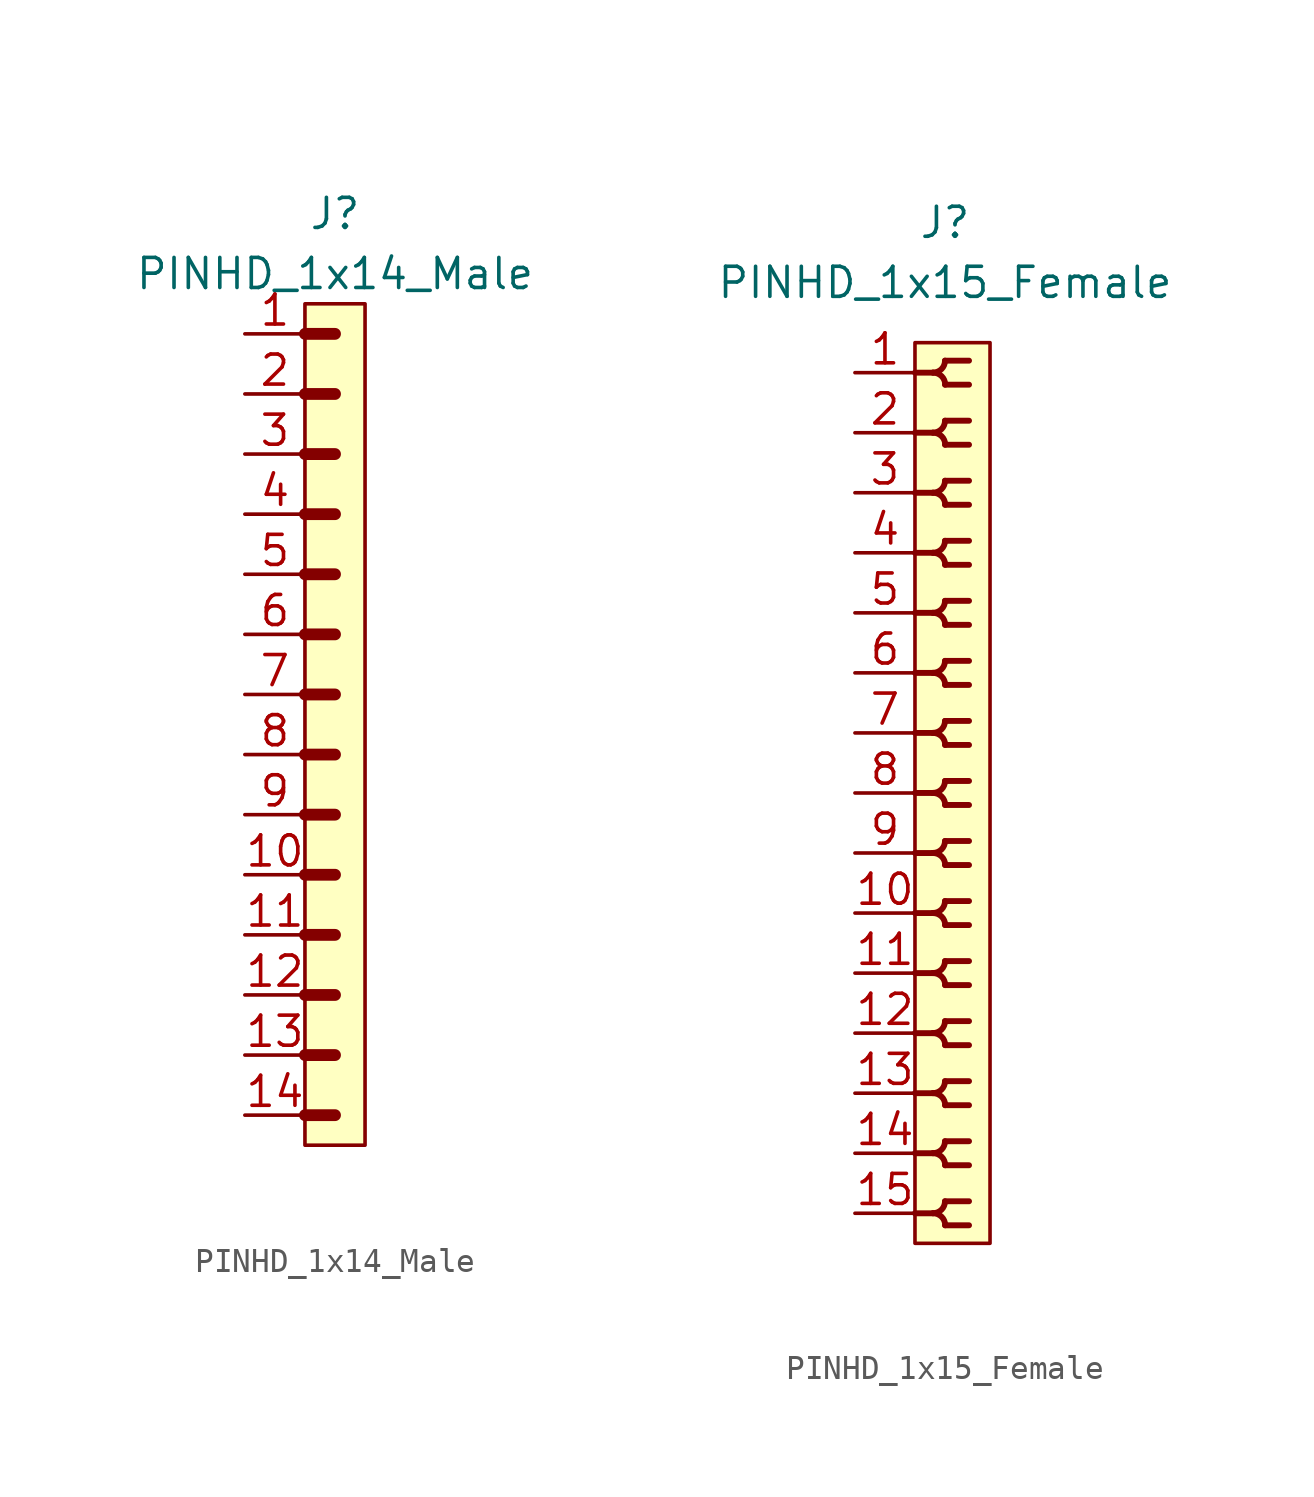
<source format=kicad_sym>
(kicad_symbol_lib
  (version 20211014)
  (generator kicad_symbol_editor)
  (symbol "PINHD_1x14_Male"
    (property "Reference" "J"
      (at 0 21.59 0)
      (effects (font (size 1.27 1.27))))
    (property "Value" "PINHD_1x14_Male"
      (at 0 19.05 0)
      (effects (font (size 1.27 1.27))))
    (symbol "PINHD_1x14_Male_0_1"
      (rectangle (start -1.27 17.78) (end 1.27 -17.78) (stroke (width 0) (type default) (color 0 0 0 0)) (fill (type background)))
      (polyline (pts (xy -1.27 -16.51) (xy 0 -16.51)) (stroke (width 0.5) (type default) (color 0 0 0 0)) (fill (type none)))
      (polyline (pts (xy -1.27 -13.97) (xy 0 -13.97)) (stroke (width 0.5) (type default) (color 0 0 0 0)) (fill (type none)))
      (polyline (pts (xy -1.27 -11.43) (xy 0 -11.43)) (stroke (width 0.5) (type default) (color 0 0 0 0)) (fill (type none)))
      (polyline (pts (xy -1.27 -8.89) (xy 0 -8.89)) (stroke (width 0.5) (type default) (color 0 0 0 0)) (fill (type none)))
      (polyline (pts (xy -1.27 -6.35) (xy 0 -6.35)) (stroke (width 0.3) (type default) (color 0 0 0 0)) (fill (type none)))
      (polyline (pts (xy -1.27 -6.35) (xy 0 -6.35)) (stroke (width 0.5) (type default) (color 0 0 0 0)) (fill (type none)))
      (polyline (pts (xy -1.27 -3.81) (xy 0 -3.81)) (stroke (width 0.3) (type default) (color 0 0 0 0)) (fill (type none)))
      (polyline (pts (xy -1.27 -3.81) (xy 0 -3.81)) (stroke (width 0.5) (type default) (color 0 0 0 0)) (fill (type none)))
      (polyline (pts (xy -1.27 -1.27) (xy 0 -1.27)) (stroke (width 0.3) (type default) (color 0 0 0 0)) (fill (type none)))
      (polyline (pts (xy -1.27 -1.27) (xy 0 -1.27)) (stroke (width 0.5) (type default) (color 0 0 0 0)) (fill (type none)))
      (polyline (pts (xy -1.27 1.27) (xy 0 1.27)) (stroke (width 0.3) (type default) (color 0 0 0 0)) (fill (type none)))
      (polyline (pts (xy -1.27 1.27) (xy 0 1.27)) (stroke (width 0.5) (type default) (color 0 0 0 0)) (fill (type none)))
      (polyline (pts (xy -1.27 3.81) (xy 0 3.81)) (stroke (width 0.3) (type default) (color 0 0 0 0)) (fill (type none)))
      (polyline (pts (xy -1.27 3.81) (xy 0 3.81)) (stroke (width 0.5) (type default) (color 0 0 0 0)) (fill (type none)))
      (polyline (pts (xy -1.27 6.35) (xy 0 6.35)) (stroke (width 0.3) (type default) (color 0 0 0 0)) (fill (type none)))
      (polyline (pts (xy -1.27 6.35) (xy 0 6.35)) (stroke (width 0.5) (type default) (color 0 0 0 0)) (fill (type none)))
      (polyline (pts (xy -1.27 8.89) (xy 0 8.89)) (stroke (width 0.3) (type default) (color 0 0 0 0)) (fill (type none)))
      (polyline (pts (xy -1.27 8.89) (xy 0 8.89)) (stroke (width 0.5) (type default) (color 0 0 0 0)) (fill (type none)))
      (polyline (pts (xy -1.27 11.43) (xy 0 11.43)) (stroke (width 0.3) (type default) (color 0 0 0 0)) (fill (type none)))
      (polyline (pts (xy -1.27 11.43) (xy 0 11.43)) (stroke (width 0.5) (type default) (color 0 0 0 0)) (fill (type none)))
      (polyline (pts (xy -1.27 13.97) (xy 0 13.97)) (stroke (width 0.3) (type default) (color 0 0 0 0)) (fill (type none)))
      (polyline (pts (xy -1.27 13.97) (xy 0 13.97)) (stroke (width 0.5) (type default) (color 0 0 0 0)) (fill (type none)))
      (polyline (pts (xy -1.27 16.51) (xy 0 16.51)) (stroke (width 0.5) (type default) (color 0 0 0 0)) (fill (type none))))
    (symbol "PINHD_1x14_Male_1_1"
      (pin passive line (at -3.81 16.51 0) (length 2.54) (name "" (effects (font (size 1.27 1.27)))) (number "1" (effects (font (size 1.27 1.27)))))
      (pin passive line (at -3.81 -6.35 0) (length 2.54) (name "" (effects (font (size 1.27 1.27)))) (number "10" (effects (font (size 1.27 1.27)))))
      (pin passive line (at -3.81 -8.89 0) (length 2.54) (name "" (effects (font (size 1.27 1.27)))) (number "11" (effects (font (size 1.27 1.27)))))
      (pin passive line (at -3.81 -11.43 0) (length 2.54) (name "" (effects (font (size 1.27 1.27)))) (number "12" (effects (font (size 1.27 1.27)))))
      (pin passive line (at -3.81 -13.97 0) (length 2.54) (name "" (effects (font (size 1.27 1.27)))) (number "13" (effects (font (size 1.27 1.27)))))
      (pin passive line (at -3.81 -16.51 0) (length 2.54) (name "" (effects (font (size 1.27 1.27)))) (number "14" (effects (font (size 1.27 1.27)))))
      (pin passive line (at -3.81 13.97 0) (length 2.54) (name "" (effects (font (size 1.27 1.27)))) (number "2" (effects (font (size 1.27 1.27)))))
      (pin passive line (at -3.81 11.43 0) (length 2.54) (name "" (effects (font (size 1.27 1.27)))) (number "3" (effects (font (size 1.27 1.27)))))
      (pin passive line (at -3.81 8.89 0) (length 2.54) (name "" (effects (font (size 1.27 1.27)))) (number "4" (effects (font (size 1.27 1.27)))))
      (pin passive line (at -3.81 6.35 0) (length 2.54) (name "" (effects (font (size 1.27 1.27)))) (number "5" (effects (font (size 1.27 1.27)))))
      (pin passive line (at -3.81 3.81 0) (length 2.54) (name "" (effects (font (size 1.27 1.27)))) (number "6" (effects (font (size 1.27 1.27)))))
      (pin passive line (at -3.81 1.27 0) (length 2.54) (name "" (effects (font (size 1.27 1.27)))) (number "7" (effects (font (size 1.27 1.27)))))
      (pin passive line (at -3.81 -1.27 0) (length 2.54) (name "" (effects (font (size 1.27 1.27)))) (number "8" (effects (font (size 1.27 1.27)))))
      (pin passive line (at -3.81 -3.81 0) (length 2.54) (name "" (effects (font (size 1.27 1.27)))) (number "9" (effects (font (size 1.27 1.27)))))))
  (symbol "PINHD_1x15_Female"
    (property "Reference" "J"
      (at 0 24.13 0)
      (effects (font (size 1.27 1.27))))
    (property "Value" "PINHD_1x15_Female"
      (at 0 21.59 0)
      (effects (font (size 1.27 1.27))))
    (symbol "PINHD_1x15_Female_0_1"
      (rectangle (start -1.27 19.05) (end 1.905 -19.05) (stroke (width 0) (type default) (color 0 0 0 0)) (fill (type background)))
      (arc (start -0.508 -17.78) (mid 0.3592 -18.1392) (end 0 -17.272) (stroke (width 0.25) (type default) (color 0 0 0 0)) (fill (type none)))
      (arc (start -0.508 -15.24) (mid 0.3592 -15.5992) (end 0 -14.732) (stroke (width 0.25) (type default) (color 0 0 0 0)) (fill (type none)))
      (arc (start -0.508 -12.7) (mid 0.3592 -13.0592) (end 0 -12.192) (stroke (width 0.25) (type default) (color 0 0 0 0)) (fill (type none)))
      (arc (start -0.508 -10.16) (mid 0.3592 -10.5192) (end 0 -9.652) (stroke (width 0.25) (type default) (color 0 0 0 0)) (fill (type none)))
      (arc (start -0.508 -7.62) (mid 0.3592 -7.9792) (end 0 -7.112) (stroke (width 0.25) (type default) (color 0 0 0 0)) (fill (type none)))
      (arc (start -0.508 -5.08) (mid 0.3592 -5.4392) (end 0 -4.572) (stroke (width 0.25) (type default) (color 0 0 0 0)) (fill (type none)))
      (arc (start -0.508 -2.54) (mid 0.3592 -2.8992) (end 0 -2.032) (stroke (width 0.25) (type default) (color 0 0 0 0)) (fill (type none)))
      (arc (start -0.508 0) (mid 0.3592 -0.3592) (end 0 0.508) (stroke (width 0.25) (type default) (color 0 0 0 0)) (fill (type none)))
      (arc (start -0.508 2.54) (mid 0.3592 2.1808) (end 0 3.048) (stroke (width 0.25) (type default) (color 0 0 0 0)) (fill (type none)))
      (arc (start -0.508 5.08) (mid 0.3592 4.7208) (end 0 5.588) (stroke (width 0.25) (type default) (color 0 0 0 0)) (fill (type none)))
      (arc (start -0.508 7.62) (mid 0.3592 7.2608) (end 0 8.128) (stroke (width 0.25) (type default) (color 0 0 0 0)) (fill (type none)))
      (arc (start -0.508 10.16) (mid 0.3592 9.8008) (end 0 10.668) (stroke (width 0.25) (type default) (color 0 0 0 0)) (fill (type none)))
      (arc (start -0.508 12.7) (mid 0.3592 12.3408) (end 0 13.208) (stroke (width 0.25) (type default) (color 0 0 0 0)) (fill (type none)))
      (arc (start -0.508 15.24) (mid 0.3592 14.8808) (end 0 15.748) (stroke (width 0.25) (type default) (color 0 0 0 0)) (fill (type none)))
      (arc (start -0.508 17.78) (mid 0.3592 17.4208) (end 0 18.288) (stroke (width 0.25) (type default) (color 0 0 0 0)) (fill (type none)))
      (arc (start 0 -18.288) (mid 0.3592 -17.4208) (end -0.508 -17.78) (stroke (width 0.25) (type default) (color 0 0 0 0)) (fill (type none)))
      (arc (start 0 -15.748) (mid 0.3592 -14.8808) (end -0.508 -15.24) (stroke (width 0.25) (type default) (color 0 0 0 0)) (fill (type none)))
      (arc (start 0 -13.208) (mid 0.3592 -12.3408) (end -0.508 -12.7) (stroke (width 0.25) (type default) (color 0 0 0 0)) (fill (type none)))
      (arc (start 0 -10.668) (mid 0.3592 -9.8008) (end -0.508 -10.16) (stroke (width 0.25) (type default) (color 0 0 0 0)) (fill (type none)))
      (arc (start 0 -8.128) (mid 0.3592 -7.2608) (end -0.508 -7.62) (stroke (width 0.25) (type default) (color 0 0 0 0)) (fill (type none)))
      (arc (start 0 -5.588) (mid 0.3592 -4.7208) (end -0.508 -5.08) (stroke (width 0.25) (type default) (color 0 0 0 0)) (fill (type none)))
      (arc (start 0 -3.048) (mid 0.3592 -2.1808) (end -0.508 -2.54) (stroke (width 0.25) (type default) (color 0 0 0 0)) (fill (type none)))
      (arc (start 0 -0.508) (mid 0.3592 0.3592) (end -0.508 0) (stroke (width 0.25) (type default) (color 0 0 0 0)) (fill (type none)))
      (polyline (pts (xy -1.27 -17.78) (xy -0.508 -17.78)) (stroke (width 0.25) (type default) (color 0 0 0 0)) (fill (type none)))
      (polyline (pts (xy -1.27 -15.24) (xy -0.508 -15.24)) (stroke (width 0.25) (type default) (color 0 0 0 0)) (fill (type none)))
      (polyline (pts (xy -1.27 -12.7) (xy -0.508 -12.7)) (stroke (width 0.25) (type default) (color 0 0 0 0)) (fill (type none)))
      (polyline (pts (xy -1.27 -10.16) (xy -0.508 -10.16)) (stroke (width 0.25) (type default) (color 0 0 0 0)) (fill (type none)))
      (polyline (pts (xy -1.27 -7.62) (xy -0.508 -7.62)) (stroke (width 0.25) (type default) (color 0 0 0 0)) (fill (type none)))
      (polyline (pts (xy -1.27 -5.08) (xy -0.508 -5.08)) (stroke (width 0.25) (type default) (color 0 0 0 0)) (fill (type none)))
      (polyline (pts (xy -1.27 -2.54) (xy -0.508 -2.54)) (stroke (width 0.25) (type default) (color 0 0 0 0)) (fill (type none)))
      (polyline (pts (xy -1.27 0) (xy -0.508 0)) (stroke (width 0.25) (type default) (color 0 0 0 0)) (fill (type none)))
      (polyline (pts (xy -1.27 2.54) (xy -0.508 2.54)) (stroke (width 0.25) (type default) (color 0 0 0 0)) (fill (type none)))
      (polyline (pts (xy -1.27 5.08) (xy -0.508 5.08)) (stroke (width 0.25) (type default) (color 0 0 0 0)) (fill (type none)))
      (polyline (pts (xy -1.27 7.62) (xy -0.508 7.62)) (stroke (width 0.25) (type default) (color 0 0 0 0)) (fill (type none)))
      (polyline (pts (xy -1.27 10.16) (xy -0.508 10.16)) (stroke (width 0.25) (type default) (color 0 0 0 0)) (fill (type none)))
      (polyline (pts (xy -1.27 12.7) (xy -0.508 12.7)) (stroke (width 0.25) (type default) (color 0 0 0 0)) (fill (type none)))
      (polyline (pts (xy -1.27 15.24) (xy -0.508 15.24)) (stroke (width 0.25) (type default) (color 0 0 0 0)) (fill (type none)))
      (polyline (pts (xy -1.27 17.78) (xy -0.508 17.78)) (stroke (width 0.25) (type default) (color 0 0 0 0)) (fill (type none)))
      (polyline (pts (xy 0 -18.288) (xy 1.016 -18.288)) (stroke (width 0.25) (type default) (color 0 0 0 0)) (fill (type none)))
      (polyline (pts (xy 0 -17.272) (xy 1.016 -17.272)) (stroke (width 0.25) (type default) (color 0 0 0 0)) (fill (type none)))
      (polyline (pts (xy 0 -15.748) (xy 1.016 -15.748)) (stroke (width 0.25) (type default) (color 0 0 0 0)) (fill (type none)))
      (polyline (pts (xy 0 -14.732) (xy 1.016 -14.732)) (stroke (width 0.25) (type default) (color 0 0 0 0)) (fill (type none)))
      (polyline (pts (xy 0 -13.208) (xy 1.016 -13.208)) (stroke (width 0.25) (type default) (color 0 0 0 0)) (fill (type none)))
      (polyline (pts (xy 0 -12.192) (xy 1.016 -12.192)) (stroke (width 0.25) (type default) (color 0 0 0 0)) (fill (type none)))
      (polyline (pts (xy 0 -10.668) (xy 1.016 -10.668)) (stroke (width 0.25) (type default) (color 0 0 0 0)) (fill (type none)))
      (polyline (pts (xy 0 -9.652) (xy 1.016 -9.652)) (stroke (width 0.25) (type default) (color 0 0 0 0)) (fill (type none)))
      (polyline (pts (xy 0 -8.128) (xy 1.016 -8.128)) (stroke (width 0.25) (type default) (color 0 0 0 0)) (fill (type none)))
      (polyline (pts (xy 0 -7.112) (xy 1.016 -7.112)) (stroke (width 0.25) (type default) (color 0 0 0 0)) (fill (type none)))
      (polyline (pts (xy 0 -5.588) (xy 1.016 -5.588)) (stroke (width 0.25) (type default) (color 0 0 0 0)) (fill (type none)))
      (polyline (pts (xy 0 -4.572) (xy 1.016 -4.572)) (stroke (width 0.25) (type default) (color 0 0 0 0)) (fill (type none)))
      (polyline (pts (xy 0 -3.048) (xy 1.016 -3.048)) (stroke (width 0.25) (type default) (color 0 0 0 0)) (fill (type none)))
      (polyline (pts (xy 0 -2.032) (xy 1.016 -2.032)) (stroke (width 0.25) (type default) (color 0 0 0 0)) (fill (type none)))
      (polyline (pts (xy 0 -0.508) (xy 1.016 -0.508)) (stroke (width 0.25) (type default) (color 0 0 0 0)) (fill (type none)))
      (polyline (pts (xy 0 0.508) (xy 1.016 0.508)) (stroke (width 0.25) (type default) (color 0 0 0 0)) (fill (type none)))
      (polyline (pts (xy 0 2.032) (xy 1.016 2.032)) (stroke (width 0.25) (type default) (color 0 0 0 0)) (fill (type none)))
      (polyline (pts (xy 0 3.048) (xy 1.016 3.048)) (stroke (width 0.25) (type default) (color 0 0 0 0)) (fill (type none)))
      (polyline (pts (xy 0 4.572) (xy 1.016 4.572)) (stroke (width 0.25) (type default) (color 0 0 0 0)) (fill (type none)))
      (polyline (pts (xy 0 5.588) (xy 1.016 5.588)) (stroke (width 0.25) (type default) (color 0 0 0 0)) (fill (type none)))
      (polyline (pts (xy 0 7.112) (xy 1.016 7.112)) (stroke (width 0.25) (type default) (color 0 0 0 0)) (fill (type none)))
      (polyline (pts (xy 0 8.128) (xy 1.016 8.128)) (stroke (width 0.25) (type default) (color 0 0 0 0)) (fill (type none)))
      (polyline (pts (xy 0 9.652) (xy 1.016 9.652)) (stroke (width 0.25) (type default) (color 0 0 0 0)) (fill (type none)))
      (polyline (pts (xy 0 10.668) (xy 1.016 10.668)) (stroke (width 0.25) (type default) (color 0 0 0 0)) (fill (type none)))
      (polyline (pts (xy 0 12.192) (xy 1.016 12.192)) (stroke (width 0.25) (type default) (color 0 0 0 0)) (fill (type none)))
      (polyline (pts (xy 0 13.208) (xy 1.016 13.208)) (stroke (width 0.25) (type default) (color 0 0 0 0)) (fill (type none)))
      (polyline (pts (xy 0 14.732) (xy 1.016 14.732)) (stroke (width 0.25) (type default) (color 0 0 0 0)) (fill (type none)))
      (polyline (pts (xy 0 15.748) (xy 1.016 15.748)) (stroke (width 0.25) (type default) (color 0 0 0 0)) (fill (type none)))
      (polyline (pts (xy 0 17.272) (xy 1.016 17.272)) (stroke (width 0.25) (type default) (color 0 0 0 0)) (fill (type none)))
      (polyline (pts (xy 0 18.288) (xy 1.016 18.288)) (stroke (width 0.25) (type default) (color 0 0 0 0)) (fill (type none)))
      (arc (start 0 2.032) (mid 0.3592 2.8992) (end -0.508 2.54) (stroke (width 0.25) (type default) (color 0 0 0 0)) (fill (type none)))
      (arc (start 0 4.572) (mid 0.3592 5.4392) (end -0.508 5.08) (stroke (width 0.25) (type default) (color 0 0 0 0)) (fill (type none)))
      (arc (start 0 7.112) (mid 0.3592 7.9792) (end -0.508 7.62) (stroke (width 0.25) (type default) (color 0 0 0 0)) (fill (type none)))
      (arc (start 0 9.652) (mid 0.3592 10.5192) (end -0.508 10.16) (stroke (width 0.25) (type default) (color 0 0 0 0)) (fill (type none)))
      (arc (start 0 12.192) (mid 0.3592 13.0592) (end -0.508 12.7) (stroke (width 0.25) (type default) (color 0 0 0 0)) (fill (type none)))
      (arc (start 0 14.732) (mid 0.3592 15.5992) (end -0.508 15.24) (stroke (width 0.25) (type default) (color 0 0 0 0)) (fill (type none)))
      (arc (start 0 17.272) (mid 0.3592 18.1392) (end -0.508 17.78) (stroke (width 0.25) (type default) (color 0 0 0 0)) (fill (type none))))
    (symbol "PINHD_1x15_Female_1_1"
      (pin passive line (at -3.81 17.78 0) (length 2.54) (name "" (effects (font (size 1.27 1.27)))) (number "1" (effects (font (size 1.27 1.27)))))
      (pin passive line (at -3.81 -5.08 0) (length 2.54) (name "" (effects (font (size 1.27 1.27)))) (number "10" (effects (font (size 1.27 1.27)))))
      (pin passive line (at -3.81 -7.62 0) (length 2.54) (name "" (effects (font (size 1.27 1.27)))) (number "11" (effects (font (size 1.27 1.27)))))
      (pin passive line (at -3.81 -10.16 0) (length 2.54) (name "" (effects (font (size 1.27 1.27)))) (number "12" (effects (font (size 1.27 1.27)))))
      (pin passive line (at -3.81 -12.7 0) (length 2.54) (name "" (effects (font (size 1.27 1.27)))) (number "13" (effects (font (size 1.27 1.27)))))
      (pin passive line (at -3.81 -15.24 0) (length 2.54) (name "" (effects (font (size 1.27 1.27)))) (number "14" (effects (font (size 1.27 1.27)))))
      (pin passive line (at -3.81 -17.78 0) (length 2.54) (name "" (effects (font (size 1.27 1.27)))) (number "15" (effects (font (size 1.27 1.27)))))
      (pin passive line (at -3.81 15.24 0) (length 2.54) (name "" (effects (font (size 1.27 1.27)))) (number "2" (effects (font (size 1.27 1.27)))))
      (pin passive line (at -3.81 12.7 0) (length 2.54) (name "" (effects (font (size 1.27 1.27)))) (number "3" (effects (font (size 1.27 1.27)))))
      (pin passive line (at -3.81 10.16 0) (length 2.54) (name "" (effects (font (size 1.27 1.27)))) (number "4" (effects (font (size 1.27 1.27)))))
      (pin passive line (at -3.81 7.62 0) (length 2.54) (name "" (effects (font (size 1.27 1.27)))) (number "5" (effects (font (size 1.27 1.27)))))
      (pin passive line (at -3.81 5.08 0) (length 2.54) (name "" (effects (font (size 1.27 1.27)))) (number "6" (effects (font (size 1.27 1.27)))))
      (pin passive line (at -3.81 2.54 0) (length 2.54) (name "" (effects (font (size 1.27 1.27)))) (number "7" (effects (font (size 1.27 1.27)))))
      (pin passive line (at -3.81 0 0) (length 2.54) (name "" (effects (font (size 1.27 1.27)))) (number "8" (effects (font (size 1.27 1.27)))))
      (pin passive line (at -3.81 -2.54 0) (length 2.54) (name "" (effects (font (size 1.27 1.27)))) (number "9" (effects (font (size 1.27 1.27))))))))
</source>
